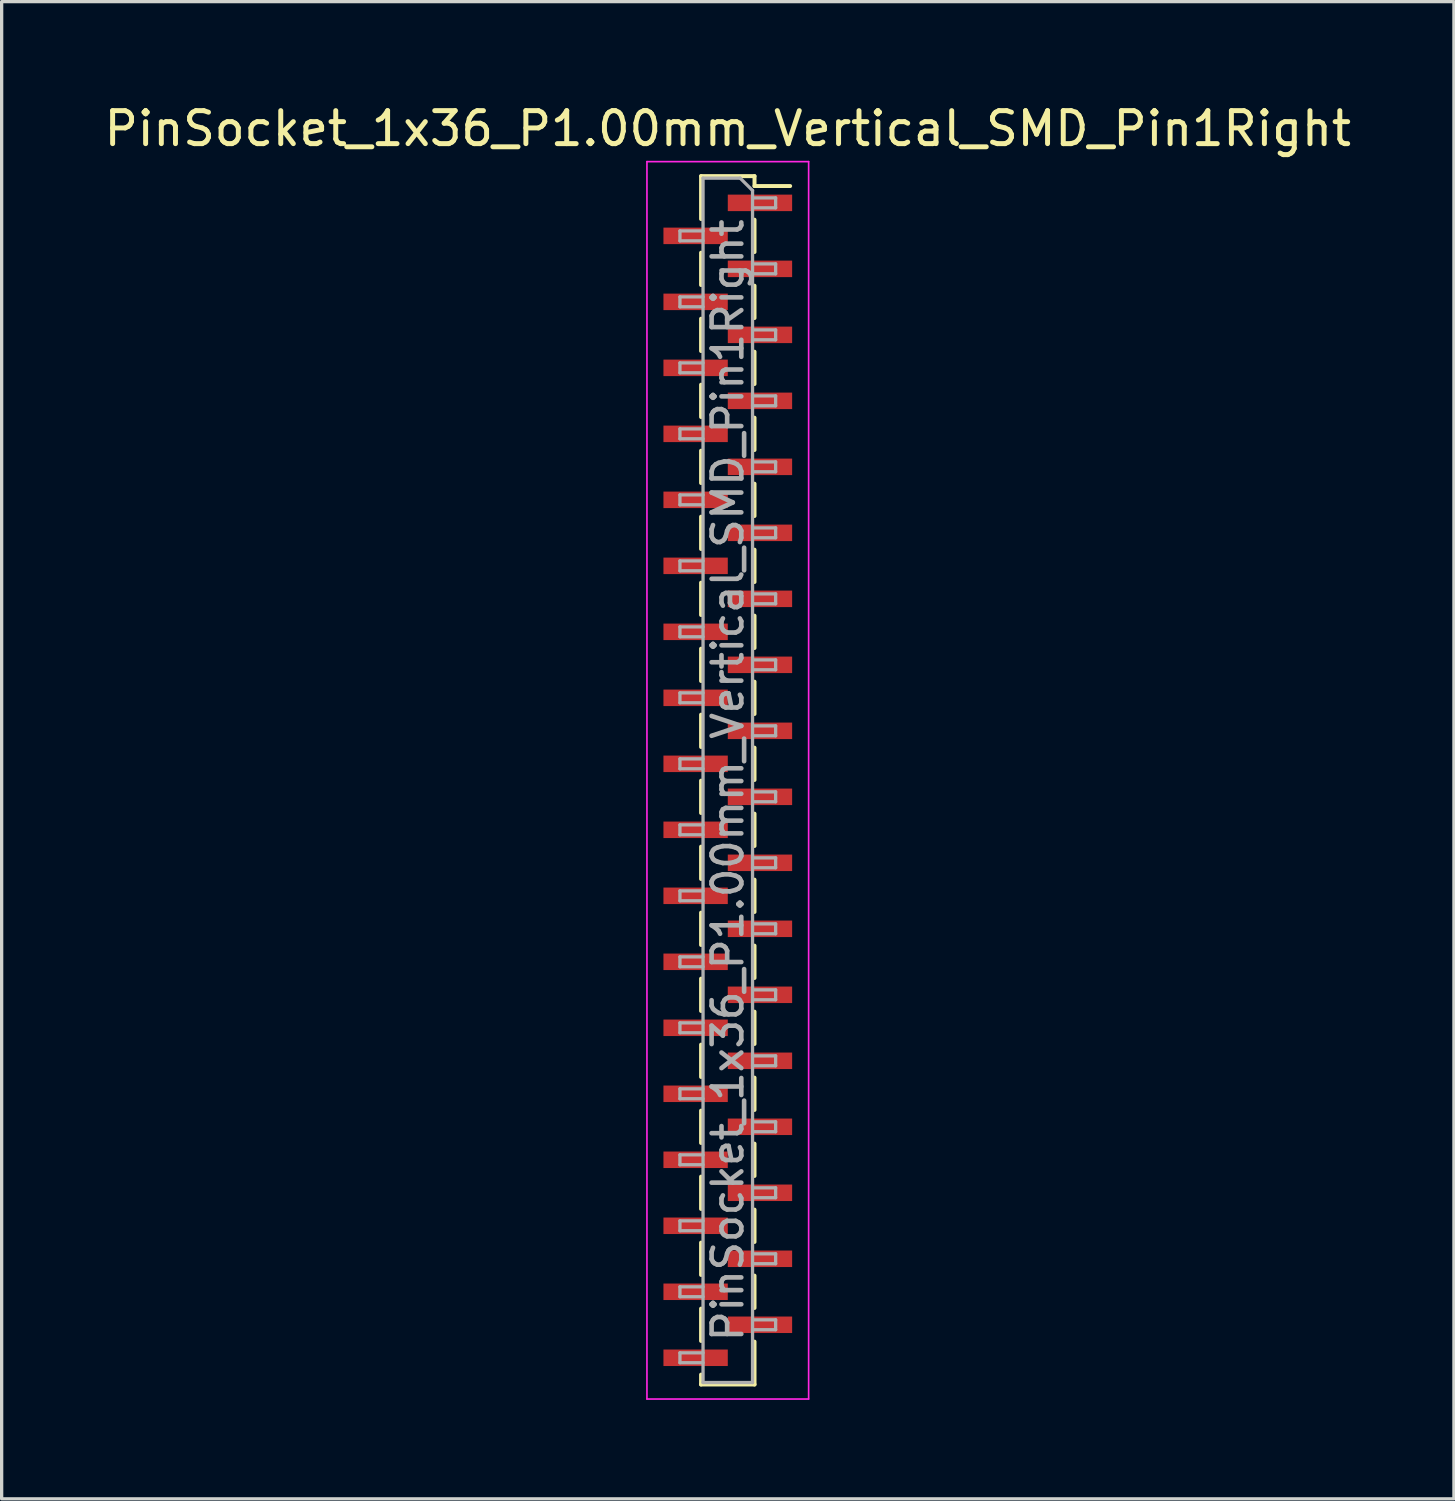
<source format=kicad_pcb>
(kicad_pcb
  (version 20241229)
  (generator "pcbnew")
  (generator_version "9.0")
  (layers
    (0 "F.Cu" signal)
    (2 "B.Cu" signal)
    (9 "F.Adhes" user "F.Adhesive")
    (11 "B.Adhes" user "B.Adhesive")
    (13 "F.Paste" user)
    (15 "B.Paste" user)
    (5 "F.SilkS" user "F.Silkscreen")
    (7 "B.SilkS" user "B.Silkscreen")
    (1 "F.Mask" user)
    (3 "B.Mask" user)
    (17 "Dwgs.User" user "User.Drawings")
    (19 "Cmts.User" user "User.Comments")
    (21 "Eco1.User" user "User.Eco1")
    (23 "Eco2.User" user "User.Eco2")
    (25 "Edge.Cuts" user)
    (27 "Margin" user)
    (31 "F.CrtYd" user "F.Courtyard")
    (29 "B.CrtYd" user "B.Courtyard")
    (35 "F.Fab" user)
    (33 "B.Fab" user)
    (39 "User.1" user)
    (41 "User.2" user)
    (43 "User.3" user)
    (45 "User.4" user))
  (footprint "PinSocket_1x36_P1.00mm_Vertical_SMD_Pin1Right"
    (layer "F.Cu")
    (at 19.006 20.598)
    (property "Reference" "PinSocket_1x36_P1.00mm_Vertical_SMD_Pin1Right" (at 0 -19.75 0) (layer "F.SilkS") (effects (font (size 1 1) (thickness 0.15))))
    (attr smd)
    (fp_line (start -0.81 -18.31) (end -0.81 -17.01) (stroke (width 0.12) (type solid)) (layer "F.SilkS"))
    (fp_line (start -0.81 -18.31) (end 0.81 -18.31) (stroke (width 0.12) (type solid)) (layer "F.SilkS"))
    (fp_line (start -0.81 -15.99) (end -0.81 -15.01) (stroke (width 0.12) (type solid)) (layer "F.SilkS"))
    (fp_line (start -0.81 -13.99) (end -0.81 -13.01) (stroke (width 0.12) (type solid)) (layer "F.SilkS"))
    (fp_line (start -0.81 -11.99) (end -0.81 -11.01) (stroke (width 0.12) (type solid)) (layer "F.SilkS"))
    (fp_line (start -0.81 -9.99) (end -0.81 -9.01) (stroke (width 0.12) (type solid)) (layer "F.SilkS"))
    (fp_line (start -0.81 -7.99) (end -0.81 -7.01) (stroke (width 0.12) (type solid)) (layer "F.SilkS"))
    (fp_line (start -0.81 -5.99) (end -0.81 -5.01) (stroke (width 0.12) (type solid)) (layer "F.SilkS"))
    (fp_line (start -0.81 -3.99) (end -0.81 -3.01) (stroke (width 0.12) (type solid)) (layer "F.SilkS"))
    (fp_line (start -0.81 -1.99) (end -0.81 -1.01) (stroke (width 0.12) (type solid)) (layer "F.SilkS"))
    (fp_line (start -0.81 0.01) (end -0.81 0.99) (stroke (width 0.12) (type solid)) (layer "F.SilkS"))
    (fp_line (start -0.81 2.01) (end -0.81 2.99) (stroke (width 0.12) (type solid)) (layer "F.SilkS"))
    (fp_line (start -0.81 4.01) (end -0.81 4.99) (stroke (width 0.12) (type solid)) (layer "F.SilkS"))
    (fp_line (start -0.81 6.01) (end -0.81 6.99) (stroke (width 0.12) (type solid)) (layer "F.SilkS"))
    (fp_line (start -0.81 8.01) (end -0.81 8.99) (stroke (width 0.12) (type solid)) (layer "F.SilkS"))
    (fp_line (start -0.81 10.01) (end -0.81 10.99) (stroke (width 0.12) (type solid)) (layer "F.SilkS"))
    (fp_line (start -0.81 12.01) (end -0.81 12.99) (stroke (width 0.12) (type solid)) (layer "F.SilkS"))
    (fp_line (start -0.81 14.01) (end -0.81 14.99) (stroke (width 0.12) (type solid)) (layer "F.SilkS"))
    (fp_line (start -0.81 16.01) (end -0.81 16.99) (stroke (width 0.12) (type solid)) (layer "F.SilkS"))
    (fp_line (start -0.81 18.01) (end -0.81 18.31) (stroke (width 0.12) (type solid)) (layer "F.SilkS"))
    (fp_line (start -0.81 18.31) (end 0.81 18.31) (stroke (width 0.12) (type solid)) (layer "F.SilkS"))
    (fp_line (start 0.81 -18.31) (end 0.81 -18.01) (stroke (width 0.12) (type solid)) (layer "F.SilkS"))
    (fp_line (start 0.81 -18.01) (end 1.89 -18.01) (stroke (width 0.12) (type solid)) (layer "F.SilkS"))
    (fp_line (start 0.81 -16.99) (end 0.81 -16.01) (stroke (width 0.12) (type solid)) (layer "F.SilkS"))
    (fp_line (start 0.81 -14.99) (end 0.81 -14.01) (stroke (width 0.12) (type solid)) (layer "F.SilkS"))
    (fp_line (start 0.81 -12.99) (end 0.81 -12.01) (stroke (width 0.12) (type solid)) (layer "F.SilkS"))
    (fp_line (start 0.81 -10.99) (end 0.81 -10.01) (stroke (width 0.12) (type solid)) (layer "F.SilkS"))
    (fp_line (start 0.81 -8.99) (end 0.81 -8.01) (stroke (width 0.12) (type solid)) (layer "F.SilkS"))
    (fp_line (start 0.81 -6.99) (end 0.81 -6.01) (stroke (width 0.12) (type solid)) (layer "F.SilkS"))
    (fp_line (start 0.81 -4.99) (end 0.81 -4.01) (stroke (width 0.12) (type solid)) (layer "F.SilkS"))
    (fp_line (start 0.81 -2.99) (end 0.81 -2.01) (stroke (width 0.12) (type solid)) (layer "F.SilkS"))
    (fp_line (start 0.81 -0.99) (end 0.81 -0.01) (stroke (width 0.12) (type solid)) (layer "F.SilkS"))
    (fp_line (start 0.81 1.01) (end 0.81 1.99) (stroke (width 0.12) (type solid)) (layer "F.SilkS"))
    (fp_line (start 0.81 3.01) (end 0.81 3.99) (stroke (width 0.12) (type solid)) (layer "F.SilkS"))
    (fp_line (start 0.81 5.01) (end 0.81 5.99) (stroke (width 0.12) (type solid)) (layer "F.SilkS"))
    (fp_line (start 0.81 7.01) (end 0.81 7.99) (stroke (width 0.12) (type solid)) (layer "F.SilkS"))
    (fp_line (start 0.81 9.01) (end 0.81 9.99) (stroke (width 0.12) (type solid)) (layer "F.SilkS"))
    (fp_line (start 0.81 11.01) (end 0.81 11.99) (stroke (width 0.12) (type solid)) (layer "F.SilkS"))
    (fp_line (start 0.81 13.01) (end 0.81 13.99) (stroke (width 0.12) (type solid)) (layer "F.SilkS"))
    (fp_line (start 0.81 15.01) (end 0.81 15.99) (stroke (width 0.12) (type solid)) (layer "F.SilkS"))
    (fp_line (start 0.81 17.01) (end 0.81 18.31) (stroke (width 0.12) (type solid)) (layer "F.SilkS"))
    (fp_line (start -2.45 -18.75) (end 2.45 -18.75) (stroke (width 0.05) (type solid)) (layer "F.CrtYd"))
    (fp_line (start -2.45 18.75) (end -2.45 -18.75) (stroke (width 0.05) (type solid)) (layer "F.CrtYd"))
    (fp_line (start 2.45 -18.75) (end 2.45 18.75) (stroke (width 0.05) (type solid)) (layer "F.CrtYd"))
    (fp_line (start 2.45 18.75) (end -2.45 18.75) (stroke (width 0.05) (type solid)) (layer "F.CrtYd"))
    (fp_line (start -1.45 -16.65) (end -0.75 -16.65) (stroke (width 0.1) (type solid)) (layer "F.Fab"))
    (fp_line (start -1.45 -16.35) (end -1.45 -16.65) (stroke (width 0.1) (type solid)) (layer "F.Fab"))
    (fp_line (start -1.45 -14.65) (end -0.75 -14.65) (stroke (width 0.1) (type solid)) (layer "F.Fab"))
    (fp_line (start -1.45 -14.35) (end -1.45 -14.65) (stroke (width 0.1) (type solid)) (layer "F.Fab"))
    (fp_line (start -1.45 -12.65) (end -0.75 -12.65) (stroke (width 0.1) (type solid)) (layer "F.Fab"))
    (fp_line (start -1.45 -12.35) (end -1.45 -12.65) (stroke (width 0.1) (type solid)) (layer "F.Fab"))
    (fp_line (start -1.45 -10.65) (end -0.75 -10.65) (stroke (width 0.1) (type solid)) (layer "F.Fab"))
    (fp_line (start -1.45 -10.35) (end -1.45 -10.65) (stroke (width 0.1) (type solid)) (layer "F.Fab"))
    (fp_line (start -1.45 -8.65) (end -0.75 -8.65) (stroke (width 0.1) (type solid)) (layer "F.Fab"))
    (fp_line (start -1.45 -8.35) (end -1.45 -8.65) (stroke (width 0.1) (type solid)) (layer "F.Fab"))
    (fp_line (start -1.45 -6.65) (end -0.75 -6.65) (stroke (width 0.1) (type solid)) (layer "F.Fab"))
    (fp_line (start -1.45 -6.35) (end -1.45 -6.65) (stroke (width 0.1) (type solid)) (layer "F.Fab"))
    (fp_line (start -1.45 -4.65) (end -0.75 -4.65) (stroke (width 0.1) (type solid)) (layer "F.Fab"))
    (fp_line (start -1.45 -4.35) (end -1.45 -4.65) (stroke (width 0.1) (type solid)) (layer "F.Fab"))
    (fp_line (start -1.45 -2.65) (end -0.75 -2.65) (stroke (width 0.1) (type solid)) (layer "F.Fab"))
    (fp_line (start -1.45 -2.35) (end -1.45 -2.65) (stroke (width 0.1) (type solid)) (layer "F.Fab"))
    (fp_line (start -1.45 -0.65) (end -0.75 -0.65) (stroke (width 0.1) (type solid)) (layer "F.Fab"))
    (fp_line (start -1.45 -0.35) (end -1.45 -0.65) (stroke (width 0.1) (type solid)) (layer "F.Fab"))
    (fp_line (start -1.45 1.35) (end -0.75 1.35) (stroke (width 0.1) (type solid)) (layer "F.Fab"))
    (fp_line (start -1.45 1.65) (end -1.45 1.35) (stroke (width 0.1) (type solid)) (layer "F.Fab"))
    (fp_line (start -1.45 3.35) (end -0.75 3.35) (stroke (width 0.1) (type solid)) (layer "F.Fab"))
    (fp_line (start -1.45 3.65) (end -1.45 3.35) (stroke (width 0.1) (type solid)) (layer "F.Fab"))
    (fp_line (start -1.45 5.35) (end -0.75 5.35) (stroke (width 0.1) (type solid)) (layer "F.Fab"))
    (fp_line (start -1.45 5.65) (end -1.45 5.35) (stroke (width 0.1) (type solid)) (layer "F.Fab"))
    (fp_line (start -1.45 7.35) (end -0.75 7.35) (stroke (width 0.1) (type solid)) (layer "F.Fab"))
    (fp_line (start -1.45 7.65) (end -1.45 7.35) (stroke (width 0.1) (type solid)) (layer "F.Fab"))
    (fp_line (start -1.45 9.35) (end -0.75 9.35) (stroke (width 0.1) (type solid)) (layer "F.Fab"))
    (fp_line (start -1.45 9.65) (end -1.45 9.35) (stroke (width 0.1) (type solid)) (layer "F.Fab"))
    (fp_line (start -1.45 11.35) (end -0.75 11.35) (stroke (width 0.1) (type solid)) (layer "F.Fab"))
    (fp_line (start -1.45 11.65) (end -1.45 11.35) (stroke (width 0.1) (type solid)) (layer "F.Fab"))
    (fp_line (start -1.45 13.35) (end -0.75 13.35) (stroke (width 0.1) (type solid)) (layer "F.Fab"))
    (fp_line (start -1.45 13.65) (end -1.45 13.35) (stroke (width 0.1) (type solid)) (layer "F.Fab"))
    (fp_line (start -1.45 15.35) (end -0.75 15.35) (stroke (width 0.1) (type solid)) (layer "F.Fab"))
    (fp_line (start -1.45 15.65) (end -1.45 15.35) (stroke (width 0.1) (type solid)) (layer "F.Fab"))
    (fp_line (start -1.45 17.35) (end -0.75 17.35) (stroke (width 0.1) (type solid)) (layer "F.Fab"))
    (fp_line (start -1.45 17.65) (end -1.45 17.35) (stroke (width 0.1) (type solid)) (layer "F.Fab"))
    (fp_line (start -0.75 -18.25) (end 0.375 -18.25) (stroke (width 0.1) (type solid)) (layer "F.Fab"))
    (fp_line (start -0.75 -16.35) (end -1.45 -16.35) (stroke (width 0.1) (type solid)) (layer "F.Fab"))
    (fp_line (start -0.75 -14.35) (end -1.45 -14.35) (stroke (width 0.1) (type solid)) (layer "F.Fab"))
    (fp_line (start -0.75 -12.35) (end -1.45 -12.35) (stroke (width 0.1) (type solid)) (layer "F.Fab"))
    (fp_line (start -0.75 -10.35) (end -1.45 -10.35) (stroke (width 0.1) (type solid)) (layer "F.Fab"))
    (fp_line (start -0.75 -8.35) (end -1.45 -8.35) (stroke (width 0.1) (type solid)) (layer "F.Fab"))
    (fp_line (start -0.75 -6.35) (end -1.45 -6.35) (stroke (width 0.1) (type solid)) (layer "F.Fab"))
    (fp_line (start -0.75 -4.35) (end -1.45 -4.35) (stroke (width 0.1) (type solid)) (layer "F.Fab"))
    (fp_line (start -0.75 -2.35) (end -1.45 -2.35) (stroke (width 0.1) (type solid)) (layer "F.Fab"))
    (fp_line (start -0.75 -0.35) (end -1.45 -0.35) (stroke (width 0.1) (type solid)) (layer "F.Fab"))
    (fp_line (start -0.75 1.65) (end -1.45 1.65) (stroke (width 0.1) (type solid)) (layer "F.Fab"))
    (fp_line (start -0.75 3.65) (end -1.45 3.65) (stroke (width 0.1) (type solid)) (layer "F.Fab"))
    (fp_line (start -0.75 5.65) (end -1.45 5.65) (stroke (width 0.1) (type solid)) (layer "F.Fab"))
    (fp_line (start -0.75 7.65) (end -1.45 7.65) (stroke (width 0.1) (type solid)) (layer "F.Fab"))
    (fp_line (start -0.75 9.65) (end -1.45 9.65) (stroke (width 0.1) (type solid)) (layer "F.Fab"))
    (fp_line (start -0.75 11.65) (end -1.45 11.65) (stroke (width 0.1) (type solid)) (layer "F.Fab"))
    (fp_line (start -0.75 13.65) (end -1.45 13.65) (stroke (width 0.1) (type solid)) (layer "F.Fab"))
    (fp_line (start -0.75 15.65) (end -1.45 15.65) (stroke (width 0.1) (type solid)) (layer "F.Fab"))
    (fp_line (start -0.75 17.65) (end -1.45 17.65) (stroke (width 0.1) (type solid)) (layer "F.Fab"))
    (fp_line (start -0.75 18.25) (end -0.75 -18.25) (stroke (width 0.1) (type solid)) (layer "F.Fab"))
    (fp_line (start 0.375 -18.25) (end 0.75 -17.875) (stroke (width 0.1) (type solid)) (layer "F.Fab"))
    (fp_line (start 0.75 -17.875) (end 0.75 18.25) (stroke (width 0.1) (type solid)) (layer "F.Fab"))
    (fp_line (start 0.75 -17.65) (end 1.45 -17.65) (stroke (width 0.1) (type solid)) (layer "F.Fab"))
    (fp_line (start 0.75 -15.65) (end 1.45 -15.65) (stroke (width 0.1) (type solid)) (layer "F.Fab"))
    (fp_line (start 0.75 -13.65) (end 1.45 -13.65) (stroke (width 0.1) (type solid)) (layer "F.Fab"))
    (fp_line (start 0.75 -11.65) (end 1.45 -11.65) (stroke (width 0.1) (type solid)) (layer "F.Fab"))
    (fp_line (start 0.75 -9.65) (end 1.45 -9.65) (stroke (width 0.1) (type solid)) (layer "F.Fab"))
    (fp_line (start 0.75 -7.65) (end 1.45 -7.65) (stroke (width 0.1) (type solid)) (layer "F.Fab"))
    (fp_line (start 0.75 -5.65) (end 1.45 -5.65) (stroke (width 0.1) (type solid)) (layer "F.Fab"))
    (fp_line (start 0.75 -3.65) (end 1.45 -3.65) (stroke (width 0.1) (type solid)) (layer "F.Fab"))
    (fp_line (start 0.75 -1.65) (end 1.45 -1.65) (stroke (width 0.1) (type solid)) (layer "F.Fab"))
    (fp_line (start 0.75 0.35) (end 1.45 0.35) (stroke (width 0.1) (type solid)) (layer "F.Fab"))
    (fp_line (start 0.75 2.35) (end 1.45 2.35) (stroke (width 0.1) (type solid)) (layer "F.Fab"))
    (fp_line (start 0.75 4.35) (end 1.45 4.35) (stroke (width 0.1) (type solid)) (layer "F.Fab"))
    (fp_line (start 0.75 6.35) (end 1.45 6.35) (stroke (width 0.1) (type solid)) (layer "F.Fab"))
    (fp_line (start 0.75 8.35) (end 1.45 8.35) (stroke (width 0.1) (type solid)) (layer "F.Fab"))
    (fp_line (start 0.75 10.35) (end 1.45 10.35) (stroke (width 0.1) (type solid)) (layer "F.Fab"))
    (fp_line (start 0.75 12.35) (end 1.45 12.35) (stroke (width 0.1) (type solid)) (layer "F.Fab"))
    (fp_line (start 0.75 14.35) (end 1.45 14.35) (stroke (width 0.1) (type solid)) (layer "F.Fab"))
    (fp_line (start 0.75 16.35) (end 1.45 16.35) (stroke (width 0.1) (type solid)) (layer "F.Fab"))
    (fp_line (start 0.75 18.25) (end -0.75 18.25) (stroke (width 0.1) (type solid)) (layer "F.Fab"))
    (fp_line (start 1.45 -17.65) (end 1.45 -17.35) (stroke (width 0.1) (type solid)) (layer "F.Fab"))
    (fp_line (start 1.45 -17.35) (end 0.75 -17.35) (stroke (width 0.1) (type solid)) (layer "F.Fab"))
    (fp_line (start 1.45 -15.65) (end 1.45 -15.35) (stroke (width 0.1) (type solid)) (layer "F.Fab"))
    (fp_line (start 1.45 -15.35) (end 0.75 -15.35) (stroke (width 0.1) (type solid)) (layer "F.Fab"))
    (fp_line (start 1.45 -13.65) (end 1.45 -13.35) (stroke (width 0.1) (type solid)) (layer "F.Fab"))
    (fp_line (start 1.45 -13.35) (end 0.75 -13.35) (stroke (width 0.1) (type solid)) (layer "F.Fab"))
    (fp_line (start 1.45 -11.65) (end 1.45 -11.35) (stroke (width 0.1) (type solid)) (layer "F.Fab"))
    (fp_line (start 1.45 -11.35) (end 0.75 -11.35) (stroke (width 0.1) (type solid)) (layer "F.Fab"))
    (fp_line (start 1.45 -9.65) (end 1.45 -9.35) (stroke (width 0.1) (type solid)) (layer "F.Fab"))
    (fp_line (start 1.45 -9.35) (end 0.75 -9.35) (stroke (width 0.1) (type solid)) (layer "F.Fab"))
    (fp_line (start 1.45 -7.65) (end 1.45 -7.35) (stroke (width 0.1) (type solid)) (layer "F.Fab"))
    (fp_line (start 1.45 -7.35) (end 0.75 -7.35) (stroke (width 0.1) (type solid)) (layer "F.Fab"))
    (fp_line (start 1.45 -5.65) (end 1.45 -5.35) (stroke (width 0.1) (type solid)) (layer "F.Fab"))
    (fp_line (start 1.45 -5.35) (end 0.75 -5.35) (stroke (width 0.1) (type solid)) (layer "F.Fab"))
    (fp_line (start 1.45 -3.65) (end 1.45 -3.35) (stroke (width 0.1) (type solid)) (layer "F.Fab"))
    (fp_line (start 1.45 -3.35) (end 0.75 -3.35) (stroke (width 0.1) (type solid)) (layer "F.Fab"))
    (fp_line (start 1.45 -1.65) (end 1.45 -1.35) (stroke (width 0.1) (type solid)) (layer "F.Fab"))
    (fp_line (start 1.45 -1.35) (end 0.75 -1.35) (stroke (width 0.1) (type solid)) (layer "F.Fab"))
    (fp_line (start 1.45 0.35) (end 1.45 0.65) (stroke (width 0.1) (type solid)) (layer "F.Fab"))
    (fp_line (start 1.45 0.65) (end 0.75 0.65) (stroke (width 0.1) (type solid)) (layer "F.Fab"))
    (fp_line (start 1.45 2.35) (end 1.45 2.65) (stroke (width 0.1) (type solid)) (layer "F.Fab"))
    (fp_line (start 1.45 2.65) (end 0.75 2.65) (stroke (width 0.1) (type solid)) (layer "F.Fab"))
    (fp_line (start 1.45 4.35) (end 1.45 4.65) (stroke (width 0.1) (type solid)) (layer "F.Fab"))
    (fp_line (start 1.45 4.65) (end 0.75 4.65) (stroke (width 0.1) (type solid)) (layer "F.Fab"))
    (fp_line (start 1.45 6.35) (end 1.45 6.65) (stroke (width 0.1) (type solid)) (layer "F.Fab"))
    (fp_line (start 1.45 6.65) (end 0.75 6.65) (stroke (width 0.1) (type solid)) (layer "F.Fab"))
    (fp_line (start 1.45 8.35) (end 1.45 8.65) (stroke (width 0.1) (type solid)) (layer "F.Fab"))
    (fp_line (start 1.45 8.65) (end 0.75 8.65) (stroke (width 0.1) (type solid)) (layer "F.Fab"))
    (fp_line (start 1.45 10.35) (end 1.45 10.65) (stroke (width 0.1) (type solid)) (layer "F.Fab"))
    (fp_line (start 1.45 10.65) (end 0.75 10.65) (stroke (width 0.1) (type solid)) (layer "F.Fab"))
    (fp_line (start 1.45 12.35) (end 1.45 12.65) (stroke (width 0.1) (type solid)) (layer "F.Fab"))
    (fp_line (start 1.45 12.65) (end 0.75 12.65) (stroke (width 0.1) (type solid)) (layer "F.Fab"))
    (fp_line (start 1.45 14.35) (end 1.45 14.65) (stroke (width 0.1) (type solid)) (layer "F.Fab"))
    (fp_line (start 1.45 14.65) (end 0.75 14.65) (stroke (width 0.1) (type solid)) (layer "F.Fab"))
    (fp_line (start 1.45 16.35) (end 1.45 16.65) (stroke (width 0.1) (type solid)) (layer "F.Fab"))
    (fp_line (start 1.45 16.65) (end 0.75 16.65) (stroke (width 0.1) (type solid)) (layer "F.Fab"))
    (fp_text user "${REFERENCE}" (at 0 0 90) (layer "F.Fab") (effects (font (size 0.9 0.9) (thickness 0.14))))
    (pad "1" smd rect (at 0.975 -17.5) (size 1.95 0.5) (layers "F.Cu" "F.Mask" "F.Paste"))
    (pad "2" smd rect (at -0.975 -16.5) (size 1.95 0.5) (layers "F.Cu" "F.Mask" "F.Paste"))
    (pad "3" smd rect (at 0.975 -15.5) (size 1.95 0.5) (layers "F.Cu" "F.Mask" "F.Paste"))
    (pad "4" smd rect (at -0.975 -14.5) (size 1.95 0.5) (layers "F.Cu" "F.Mask" "F.Paste"))
    (pad "5" smd rect (at 0.975 -13.5) (size 1.95 0.5) (layers "F.Cu" "F.Mask" "F.Paste"))
    (pad "6" smd rect (at -0.975 -12.5) (size 1.95 0.5) (layers "F.Cu" "F.Mask" "F.Paste"))
    (pad "7" smd rect (at 0.975 -11.5) (size 1.95 0.5) (layers "F.Cu" "F.Mask" "F.Paste"))
    (pad "8" smd rect (at -0.975 -10.5) (size 1.95 0.5) (layers "F.Cu" "F.Mask" "F.Paste"))
    (pad "9" smd rect (at 0.975 -9.5) (size 1.95 0.5) (layers "F.Cu" "F.Mask" "F.Paste"))
    (pad "10" smd rect (at -0.975 -8.5) (size 1.95 0.5) (layers "F.Cu" "F.Mask" "F.Paste"))
    (pad "11" smd rect (at 0.975 -7.5) (size 1.95 0.5) (layers "F.Cu" "F.Mask" "F.Paste"))
    (pad "12" smd rect (at -0.975 -6.5) (size 1.95 0.5) (layers "F.Cu" "F.Mask" "F.Paste"))
    (pad "13" smd rect (at 0.975 -5.5) (size 1.95 0.5) (layers "F.Cu" "F.Mask" "F.Paste"))
    (pad "14" smd rect (at -0.975 -4.5) (size 1.95 0.5) (layers "F.Cu" "F.Mask" "F.Paste"))
    (pad "15" smd rect (at 0.975 -3.5) (size 1.95 0.5) (layers "F.Cu" "F.Mask" "F.Paste"))
    (pad "16" smd rect (at -0.975 -2.5) (size 1.95 0.5) (layers "F.Cu" "F.Mask" "F.Paste"))
    (pad "17" smd rect (at 0.975 -1.5) (size 1.95 0.5) (layers "F.Cu" "F.Mask" "F.Paste"))
    (pad "18" smd rect (at -0.975 -0.5) (size 1.95 0.5) (layers "F.Cu" "F.Mask" "F.Paste"))
    (pad "19" smd rect (at 0.975 0.5) (size 1.95 0.5) (layers "F.Cu" "F.Mask" "F.Paste"))
    (pad "20" smd rect (at -0.975 1.5) (size 1.95 0.5) (layers "F.Cu" "F.Mask" "F.Paste"))
    (pad "21" smd rect (at 0.975 2.5) (size 1.95 0.5) (layers "F.Cu" "F.Mask" "F.Paste"))
    (pad "22" smd rect (at -0.975 3.5) (size 1.95 0.5) (layers "F.Cu" "F.Mask" "F.Paste"))
    (pad "23" smd rect (at 0.975 4.5) (size 1.95 0.5) (layers "F.Cu" "F.Mask" "F.Paste"))
    (pad "24" smd rect (at -0.975 5.5) (size 1.95 0.5) (layers "F.Cu" "F.Mask" "F.Paste"))
    (pad "25" smd rect (at 0.975 6.5) (size 1.95 0.5) (layers "F.Cu" "F.Mask" "F.Paste"))
    (pad "26" smd rect (at -0.975 7.5) (size 1.95 0.5) (layers "F.Cu" "F.Mask" "F.Paste"))
    (pad "27" smd rect (at 0.975 8.5) (size 1.95 0.5) (layers "F.Cu" "F.Mask" "F.Paste"))
    (pad "28" smd rect (at -0.975 9.5) (size 1.95 0.5) (layers "F.Cu" "F.Mask" "F.Paste"))
    (pad "29" smd rect (at 0.975 10.5) (size 1.95 0.5) (layers "F.Cu" "F.Mask" "F.Paste"))
    (pad "30" smd rect (at -0.975 11.5) (size 1.95 0.5) (layers "F.Cu" "F.Mask" "F.Paste"))
    (pad "31" smd rect (at 0.975 12.5) (size 1.95 0.5) (layers "F.Cu" "F.Mask" "F.Paste"))
    (pad "32" smd rect (at -0.975 13.5) (size 1.95 0.5) (layers "F.Cu" "F.Mask" "F.Paste"))
    (pad "33" smd rect (at 0.975 14.5) (size 1.95 0.5) (layers "F.Cu" "F.Mask" "F.Paste"))
    (pad "34" smd rect (at -0.975 15.5) (size 1.95 0.5) (layers "F.Cu" "F.Mask" "F.Paste"))
    (pad "35" smd rect (at 0.975 16.5) (size 1.95 0.5) (layers "F.Cu" "F.Mask" "F.Paste"))
    (pad "36" smd rect (at -0.975 17.5) (size 1.95 0.5) (layers "F.Cu" "F.Mask" "F.Paste")))
  (gr_rect
    (start -3 -3)
    (end 41.012 42.373)
    (stroke (width 0.1) (type default))
    (fill no)
    (layer "Edge.Cuts")))
</source>
